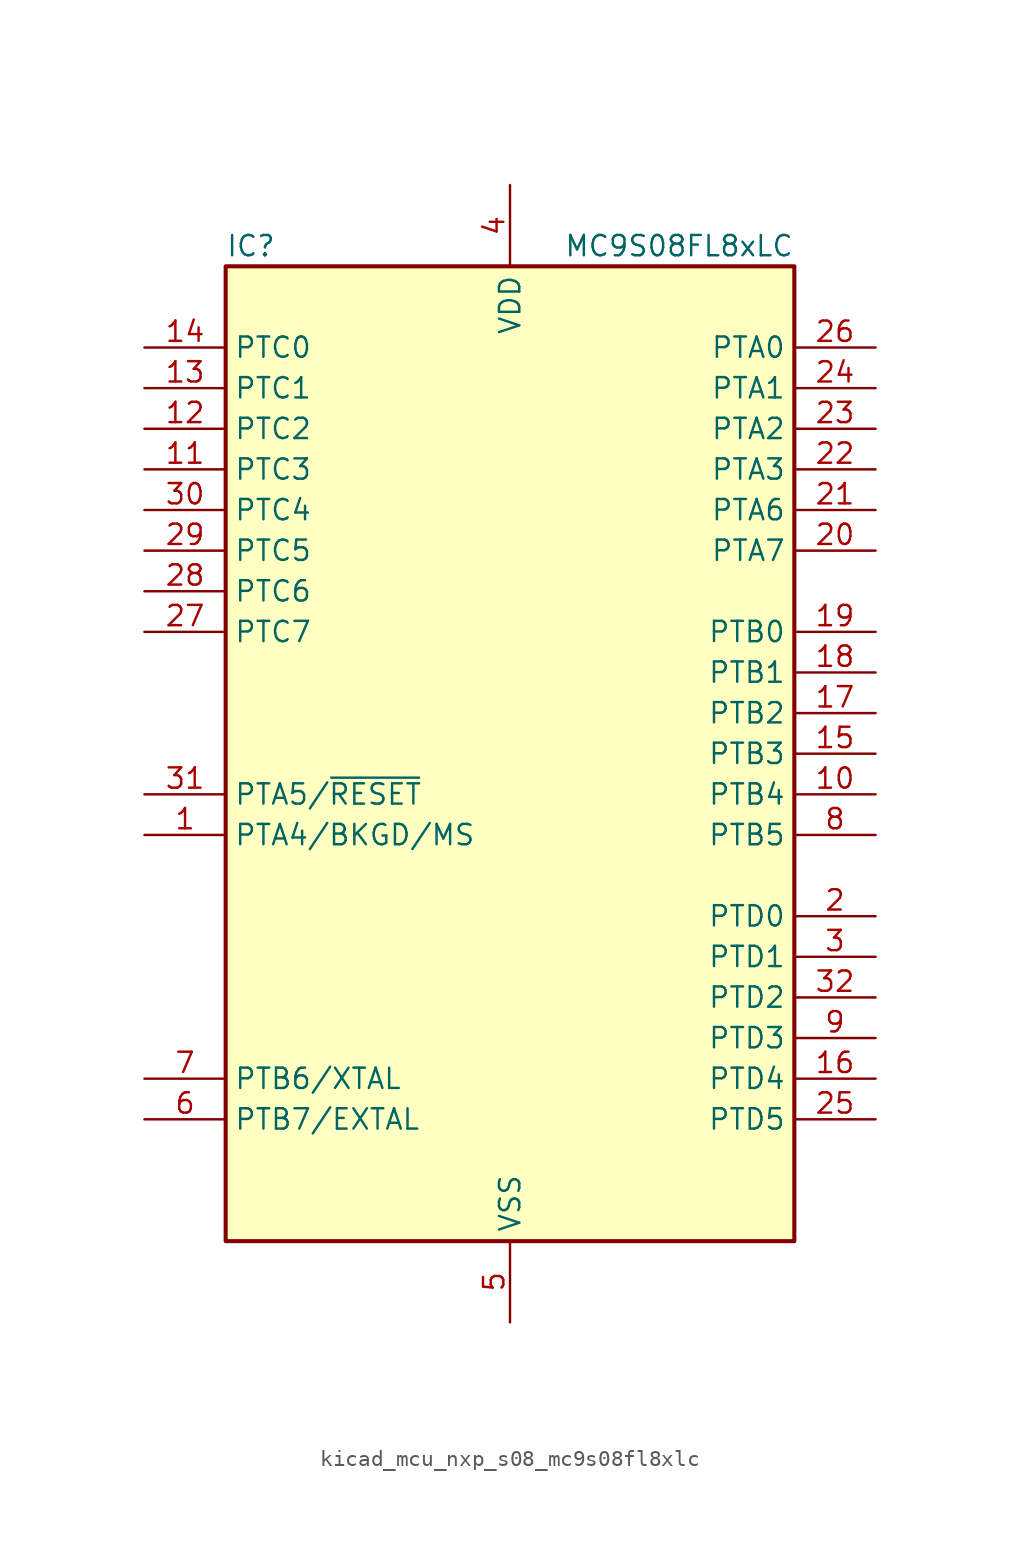
<source format=kicad_sym>
(kicad_symbol_lib
  (version 20220914)
  (generator kicad_symbol_editor)
  (symbol "kicad_mcu_nxp_s08_mc9s08fl8xlc"
    (property "Reference" "IC"
      (at -17.78 31.75 0)
      (effects (font (size 1.27 1.27)) (justify left)))
    (property "Value" "MC9S08FL8xLC"
      (at 17.78 31.75 0)
      (effects (font (size 1.27 1.27)) (justify right)))
    (symbol "kicad_mcu_nxp_s08_mc9s08fl8xlc_0_1"
      (rectangle (start -17.78 30.48) (end 17.78 -30.48) (stroke (width 0.254) (type default)) (fill (type background))))
    (symbol "kicad_mcu_nxp_s08_mc9s08fl8xlc_1_1"
      (pin bidirectional line (at -22.86 -5.08 0) (length 5.08) (name "PTA4/BKGD/MS" (effects (font (size 1.27 1.27)))) (number "1" (effects (font (size 1.27 1.27)))))
      (pin bidirectional line (at 22.86 -2.54 180) (length 5.08) (name "PTB4" (effects (font (size 1.27 1.27)))) (number "10" (effects (font (size 1.27 1.27)))))
      (pin bidirectional line (at -22.86 17.78 0) (length 5.08) (name "PTC3" (effects (font (size 1.27 1.27)))) (number "11" (effects (font (size 1.27 1.27)))))
      (pin bidirectional line (at -22.86 20.32 0) (length 5.08) (name "PTC2" (effects (font (size 1.27 1.27)))) (number "12" (effects (font (size 1.27 1.27)))))
      (pin bidirectional line (at -22.86 22.86 0) (length 5.08) (name "PTC1" (effects (font (size 1.27 1.27)))) (number "13" (effects (font (size 1.27 1.27)))))
      (pin bidirectional line (at -22.86 25.4 0) (length 5.08) (name "PTC0" (effects (font (size 1.27 1.27)))) (number "14" (effects (font (size 1.27 1.27)))))
      (pin bidirectional line (at 22.86 0 180) (length 5.08) (name "PTB3" (effects (font (size 1.27 1.27)))) (number "15" (effects (font (size 1.27 1.27)))))
      (pin bidirectional line (at 22.86 -20.32 180) (length 5.08) (name "PTD4" (effects (font (size 1.27 1.27)))) (number "16" (effects (font (size 1.27 1.27)))))
      (pin bidirectional line (at 22.86 2.54 180) (length 5.08) (name "PTB2" (effects (font (size 1.27 1.27)))) (number "17" (effects (font (size 1.27 1.27)))))
      (pin bidirectional line (at 22.86 5.08 180) (length 5.08) (name "PTB1" (effects (font (size 1.27 1.27)))) (number "18" (effects (font (size 1.27 1.27)))))
      (pin bidirectional line (at 22.86 7.62 180) (length 5.08) (name "PTB0" (effects (font (size 1.27 1.27)))) (number "19" (effects (font (size 1.27 1.27)))))
      (pin bidirectional line (at 22.86 -10.16 180) (length 5.08) (name "PTD0" (effects (font (size 1.27 1.27)))) (number "2" (effects (font (size 1.27 1.27)))))
      (pin bidirectional line (at 22.86 12.7 180) (length 5.08) (name "PTA7" (effects (font (size 1.27 1.27)))) (number "20" (effects (font (size 1.27 1.27)))))
      (pin bidirectional line (at 22.86 15.24 180) (length 5.08) (name "PTA6" (effects (font (size 1.27 1.27)))) (number "21" (effects (font (size 1.27 1.27)))))
      (pin bidirectional line (at 22.86 17.78 180) (length 5.08) (name "PTA3" (effects (font (size 1.27 1.27)))) (number "22" (effects (font (size 1.27 1.27)))))
      (pin bidirectional line (at 22.86 20.32 180) (length 5.08) (name "PTA2" (effects (font (size 1.27 1.27)))) (number "23" (effects (font (size 1.27 1.27)))))
      (pin bidirectional line (at 22.86 22.86 180) (length 5.08) (name "PTA1" (effects (font (size 1.27 1.27)))) (number "24" (effects (font (size 1.27 1.27)))))
      (pin bidirectional line (at 22.86 -22.86 180) (length 5.08) (name "PTD5" (effects (font (size 1.27 1.27)))) (number "25" (effects (font (size 1.27 1.27)))))
      (pin bidirectional line (at 22.86 25.4 180) (length 5.08) (name "PTA0" (effects (font (size 1.27 1.27)))) (number "26" (effects (font (size 1.27 1.27)))))
      (pin bidirectional line (at -22.86 7.62 0) (length 5.08) (name "PTC7" (effects (font (size 1.27 1.27)))) (number "27" (effects (font (size 1.27 1.27)))))
      (pin bidirectional line (at -22.86 10.16 0) (length 5.08) (name "PTC6" (effects (font (size 1.27 1.27)))) (number "28" (effects (font (size 1.27 1.27)))))
      (pin bidirectional line (at -22.86 12.7 0) (length 5.08) (name "PTC5" (effects (font (size 1.27 1.27)))) (number "29" (effects (font (size 1.27 1.27)))))
      (pin bidirectional line (at 22.86 -12.7 180) (length 5.08) (name "PTD1" (effects (font (size 1.27 1.27)))) (number "3" (effects (font (size 1.27 1.27)))))
      (pin bidirectional line (at -22.86 15.24 0) (length 5.08) (name "PTC4" (effects (font (size 1.27 1.27)))) (number "30" (effects (font (size 1.27 1.27)))))
      (pin bidirectional line (at -22.86 -2.54 0) (length 5.08) (name "PTA5/~{RESET}" (effects (font (size 1.27 1.27)))) (number "31" (effects (font (size 1.27 1.27)))))
      (pin bidirectional line (at 22.86 -15.24 180) (length 5.08) (name "PTD2" (effects (font (size 1.27 1.27)))) (number "32" (effects (font (size 1.27 1.27)))))
      (pin power_in line (at 0 35.56 270) (length 5.08) (name "VDD" (effects (font (size 1.27 1.27)))) (number "4" (effects (font (size 1.27 1.27)))))
      (pin power_in line (at 0 -35.56 90) (length 5.08) (name "VSS" (effects (font (size 1.27 1.27)))) (number "5" (effects (font (size 1.27 1.27)))))
      (pin bidirectional line (at -22.86 -22.86 0) (length 5.08) (name "PTB7/EXTAL" (effects (font (size 1.27 1.27)))) (number "6" (effects (font (size 1.27 1.27)))))
      (pin bidirectional line (at -22.86 -20.32 0) (length 5.08) (name "PTB6/XTAL" (effects (font (size 1.27 1.27)))) (number "7" (effects (font (size 1.27 1.27)))))
      (pin bidirectional line (at 22.86 -5.08 180) (length 5.08) (name "PTB5" (effects (font (size 1.27 1.27)))) (number "8" (effects (font (size 1.27 1.27)))))
      (pin bidirectional line (at 22.86 -17.78 180) (length 5.08) (name "PTD3" (effects (font (size 1.27 1.27)))) (number "9" (effects (font (size 1.27 1.27))))))))
</source>
